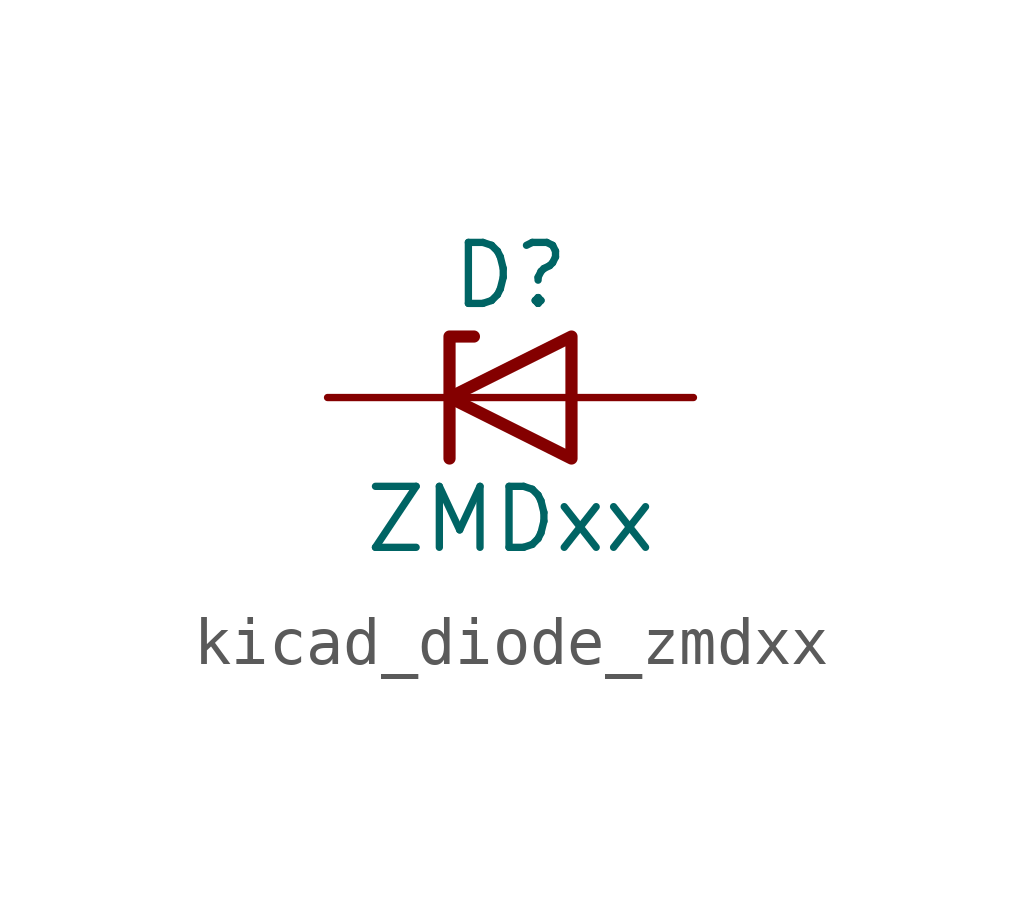
<source format=kicad_sym>
(kicad_symbol_lib
  (version 20220914)
  (generator kicad_symbol_editor)
  (symbol "kicad_diode_zmdxx"
    (pin_numbers hide)
    (pin_names hide)
    (property "Reference" "D"
      (at 0 2.54 0)
      (effects (font (size 1.27 1.27))))
    (property "Value" "ZMDxx"
      (at 0 -2.54 0)
      (effects (font (size 1.27 1.27))))
    (symbol "kicad_diode_zmdxx_0_1"
      (polyline (pts (xy 1.27 0) (xy -1.27 0)) (stroke (width 0) (type default)) (fill (type none)))
      (polyline (pts (xy -1.27 -1.27) (xy -1.27 1.27) (xy -0.762 1.27)) (stroke (width 0.254) (type default)) (fill (type none)))
      (polyline (pts (xy 1.27 -1.27) (xy 1.27 1.27) (xy -1.27 0) (xy 1.27 -1.27)) (stroke (width 0.254) (type default)) (fill (type none))))
    (symbol "kicad_diode_zmdxx_1_1"
      (pin passive line (at -3.81 0 0) (length 2.54) (name "K" (effects (font (size 1.27 1.27)))) (number "1" (effects (font (size 1.27 1.27)))))
      (pin passive line (at 3.81 0 180) (length 2.54) (name "A" (effects (font (size 1.27 1.27)))) (number "2" (effects (font (size 1.27 1.27))))))))
</source>
